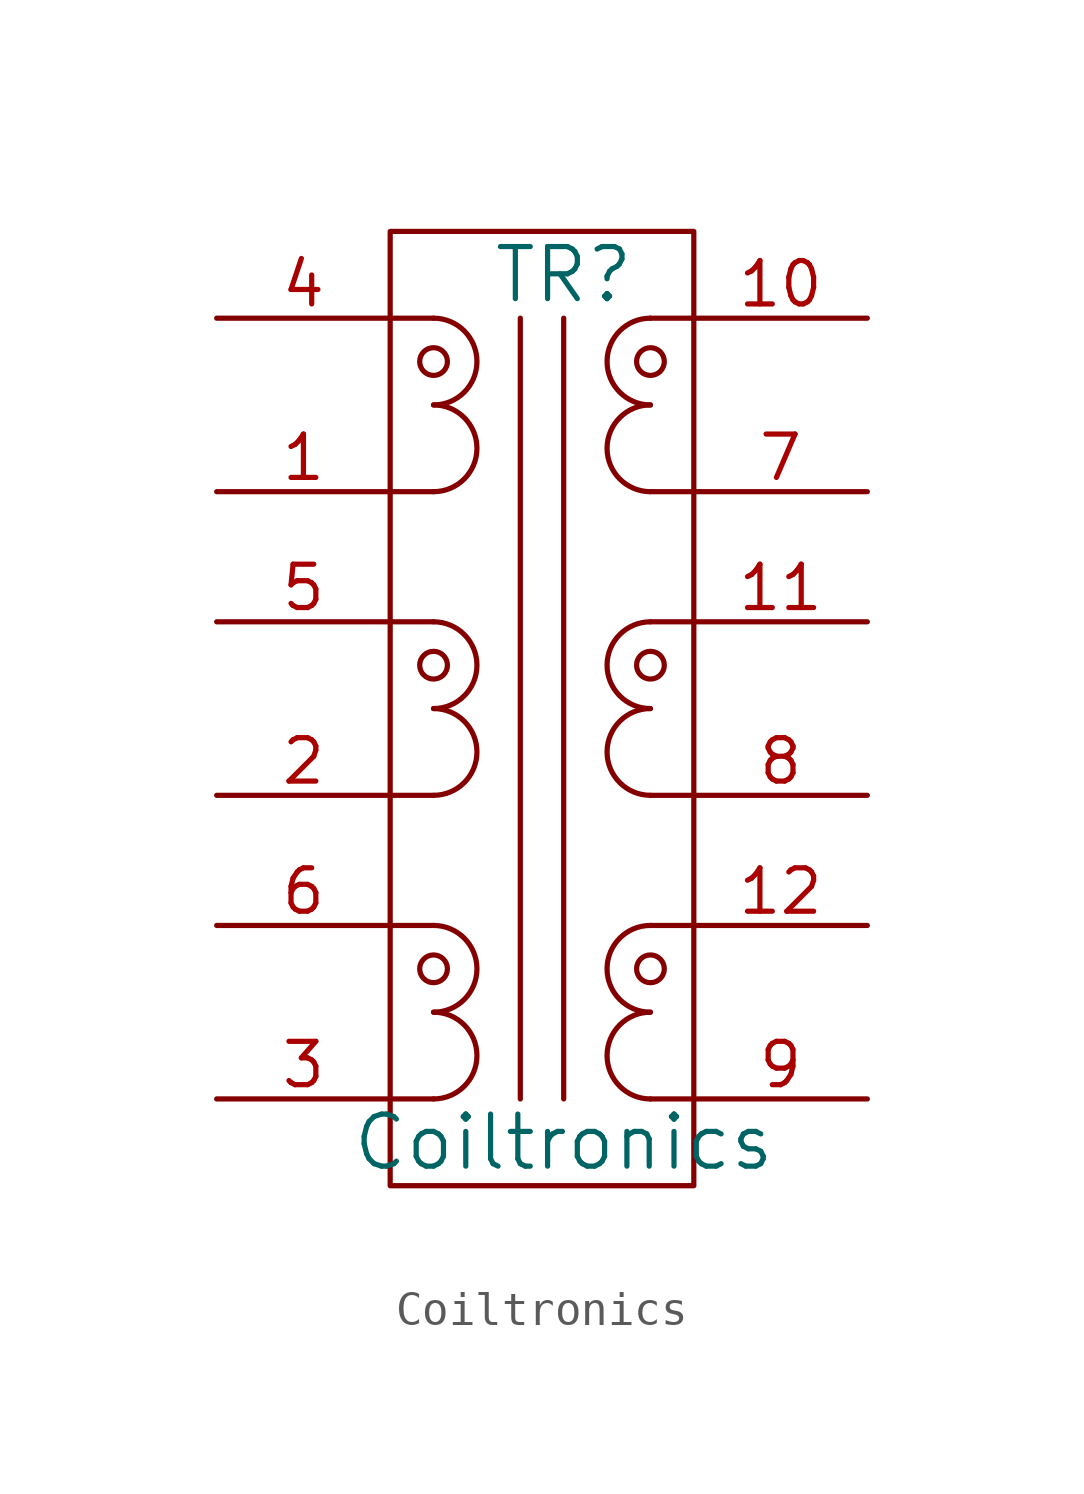
<source format=kicad_sym>
(kicad_symbol_lib
  (version 20220914)
  (generator kicad_symbol_editor)
  (symbol "Coiltronics"
    (pin_names
      (offset 1.016) hide)
    (property "Reference" "TR"
      (at 2.54 8.89 0)
      (effects (font (size 1.524 1.524))))
    (property "Value" "Coiltronics"
      (at 2.54 -16.51 0)
      (effects (font (size 1.524 1.524))))
    (property "Footprint" ""
      (at 1.27 0 0)
      (effects (font (size 1.524 1.524))))
    (property "Datasheet" ""
      (at 1.27 0 0)
      (effects (font (size 1.524 1.524))))
    (symbol "Coiltronics_0_1"
      (rectangle (start -2.54 10.16) (end 6.35 -17.78) (stroke (width 0) (type default)) (fill (type none)))
      (arc (start -1.27 -15.24) (mid -0.0055 -13.97) (end -1.27 -12.7) (stroke (width 0) (type default)) (fill (type none)))
      (arc (start -1.27 -12.7) (mid -0.0055 -11.43) (end -1.27 -10.16) (stroke (width 0) (type default)) (fill (type none)))
      (circle (center -1.27 -11.43) (radius 0.406) (stroke (width 0) (type default)) (fill (type none)))
      (arc (start -1.27 -6.35) (mid -0.0055 -5.08) (end -1.27 -3.81) (stroke (width 0) (type default)) (fill (type none)))
      (arc (start -1.27 -3.81) (mid -0.0055 -2.54) (end -1.27 -1.27) (stroke (width 0) (type default)) (fill (type none)))
      (circle (center -1.27 -2.54) (radius 0.406) (stroke (width 0) (type default)) (fill (type none)))
      (arc (start -1.27 2.54) (mid -0.0055 3.81) (end -1.27 5.08) (stroke (width 0) (type default)) (fill (type none)))
      (arc (start -1.27 5.08) (mid -0.0055 6.35) (end -1.27 7.62) (stroke (width 0) (type default)) (fill (type none)))
      (circle (center -1.27 6.35) (radius 0.406) (stroke (width 0) (type default)) (fill (type none)))
      (polyline (pts (xy -2.54 -10.16) (xy -1.27 -10.16)) (stroke (width 0) (type default)) (fill (type none)))
      (polyline (pts (xy -2.54 -6.35) (xy -1.27 -6.35)) (stroke (width 0) (type default)) (fill (type none)))
      (polyline (pts (xy -2.54 -1.27) (xy -1.27 -1.27)) (stroke (width 0) (type default)) (fill (type none)))
      (polyline (pts (xy -2.54 2.54) (xy -1.27 2.54)) (stroke (width 0) (type default)) (fill (type none)))
      (polyline (pts (xy -2.54 7.62) (xy -1.27 7.62)) (stroke (width 0) (type default)) (fill (type none)))
      (polyline (pts (xy -1.27 -15.24) (xy -2.54 -15.24)) (stroke (width 0) (type default)) (fill (type none)))
      (polyline (pts (xy 1.27 -15.24) (xy 1.27 7.62)) (stroke (width 0) (type default)) (fill (type none)))
      (polyline (pts (xy 2.54 7.62) (xy 2.54 -15.24)) (stroke (width 0) (type default)) (fill (type none)))
      (polyline (pts (xy 5.08 -15.24) (xy 6.35 -15.24)) (stroke (width 0) (type default)) (fill (type none)))
      (polyline (pts (xy 5.08 -10.16) (xy 6.35 -10.16)) (stroke (width 0) (type default)) (fill (type none)))
      (polyline (pts (xy 5.08 -6.35) (xy 6.35 -6.35)) (stroke (width 0) (type default)) (fill (type none)))
      (polyline (pts (xy 5.08 -1.27) (xy 6.35 -1.27)) (stroke (width 0) (type default)) (fill (type none)))
      (polyline (pts (xy 5.08 2.54) (xy 6.35 2.54)) (stroke (width 0) (type default)) (fill (type none)))
      (polyline (pts (xy 5.08 7.62) (xy 6.35 7.62)) (stroke (width 0) (type default)) (fill (type none)))
      (arc (start 5.08 -12.7) (mid 3.8155 -13.97) (end 5.08 -15.24) (stroke (width 0) (type default)) (fill (type none)))
      (circle (center 5.08 -11.43) (radius 0.406) (stroke (width 0) (type default)) (fill (type none)))
      (arc (start 5.08 -10.16) (mid 3.8155 -11.43) (end 5.08 -12.7) (stroke (width 0) (type default)) (fill (type none)))
      (arc (start 5.08 -3.81) (mid 3.8155 -5.08) (end 5.08 -6.35) (stroke (width 0) (type default)) (fill (type none)))
      (circle (center 5.08 -2.54) (radius 0.406) (stroke (width 0) (type default)) (fill (type none)))
      (arc (start 5.08 -1.27) (mid 3.8155 -2.54) (end 5.08 -3.81) (stroke (width 0) (type default)) (fill (type none)))
      (arc (start 5.08 5.08) (mid 3.8155 3.81) (end 5.08 2.54) (stroke (width 0) (type default)) (fill (type none)))
      (circle (center 5.08 6.35) (radius 0.406) (stroke (width 0) (type default)) (fill (type none)))
      (arc (start 5.08 7.62) (mid 3.8155 6.35) (end 5.08 5.08) (stroke (width 0) (type default)) (fill (type none))))
    (symbol "Coiltronics_1_1"
      (pin input line (at -7.62 2.54 0) (length 5.08) (name "1" (effects (font (size 1.27 1.27)))) (number "1" (effects (font (size 1.27 1.27)))))
      (pin input line (at 11.43 7.62 180) (length 5.08) (name "10" (effects (font (size 1.27 1.27)))) (number "10" (effects (font (size 1.27 1.27)))))
      (pin input line (at 11.43 -1.27 180) (length 5.08) (name "11" (effects (font (size 1.27 1.27)))) (number "11" (effects (font (size 1.27 1.27)))))
      (pin input line (at 11.43 -10.16 180) (length 5.08) (name "12" (effects (font (size 1.27 1.27)))) (number "12" (effects (font (size 1.27 1.27)))))
      (pin input line (at -7.62 -6.35 0) (length 5.08) (name "2" (effects (font (size 1.27 1.27)))) (number "2" (effects (font (size 1.27 1.27)))))
      (pin input line (at -7.62 -15.24 0) (length 5.08) (name "3" (effects (font (size 1.27 1.27)))) (number "3" (effects (font (size 1.27 1.27)))))
      (pin input line (at -7.62 7.62 0) (length 5.08) (name "4" (effects (font (size 1.27 1.27)))) (number "4" (effects (font (size 1.27 1.27)))))
      (pin input line (at -7.62 -1.27 0) (length 5.08) (name "5" (effects (font (size 1.27 1.27)))) (number "5" (effects (font (size 1.27 1.27)))))
      (pin input line (at -7.62 -10.16 0) (length 5.08) (name "6" (effects (font (size 1.27 1.27)))) (number "6" (effects (font (size 1.27 1.27)))))
      (pin input line (at 11.43 2.54 180) (length 5.08) (name "7" (effects (font (size 1.27 1.27)))) (number "7" (effects (font (size 1.27 1.27)))))
      (pin input line (at 11.43 -6.35 180) (length 5.08) (name "8" (effects (font (size 1.27 1.27)))) (number "8" (effects (font (size 1.27 1.27)))))
      (pin input line (at 11.43 -15.24 180) (length 5.08) (name "9" (effects (font (size 1.27 1.27)))) (number "9" (effects (font (size 1.27 1.27))))))))
</source>
